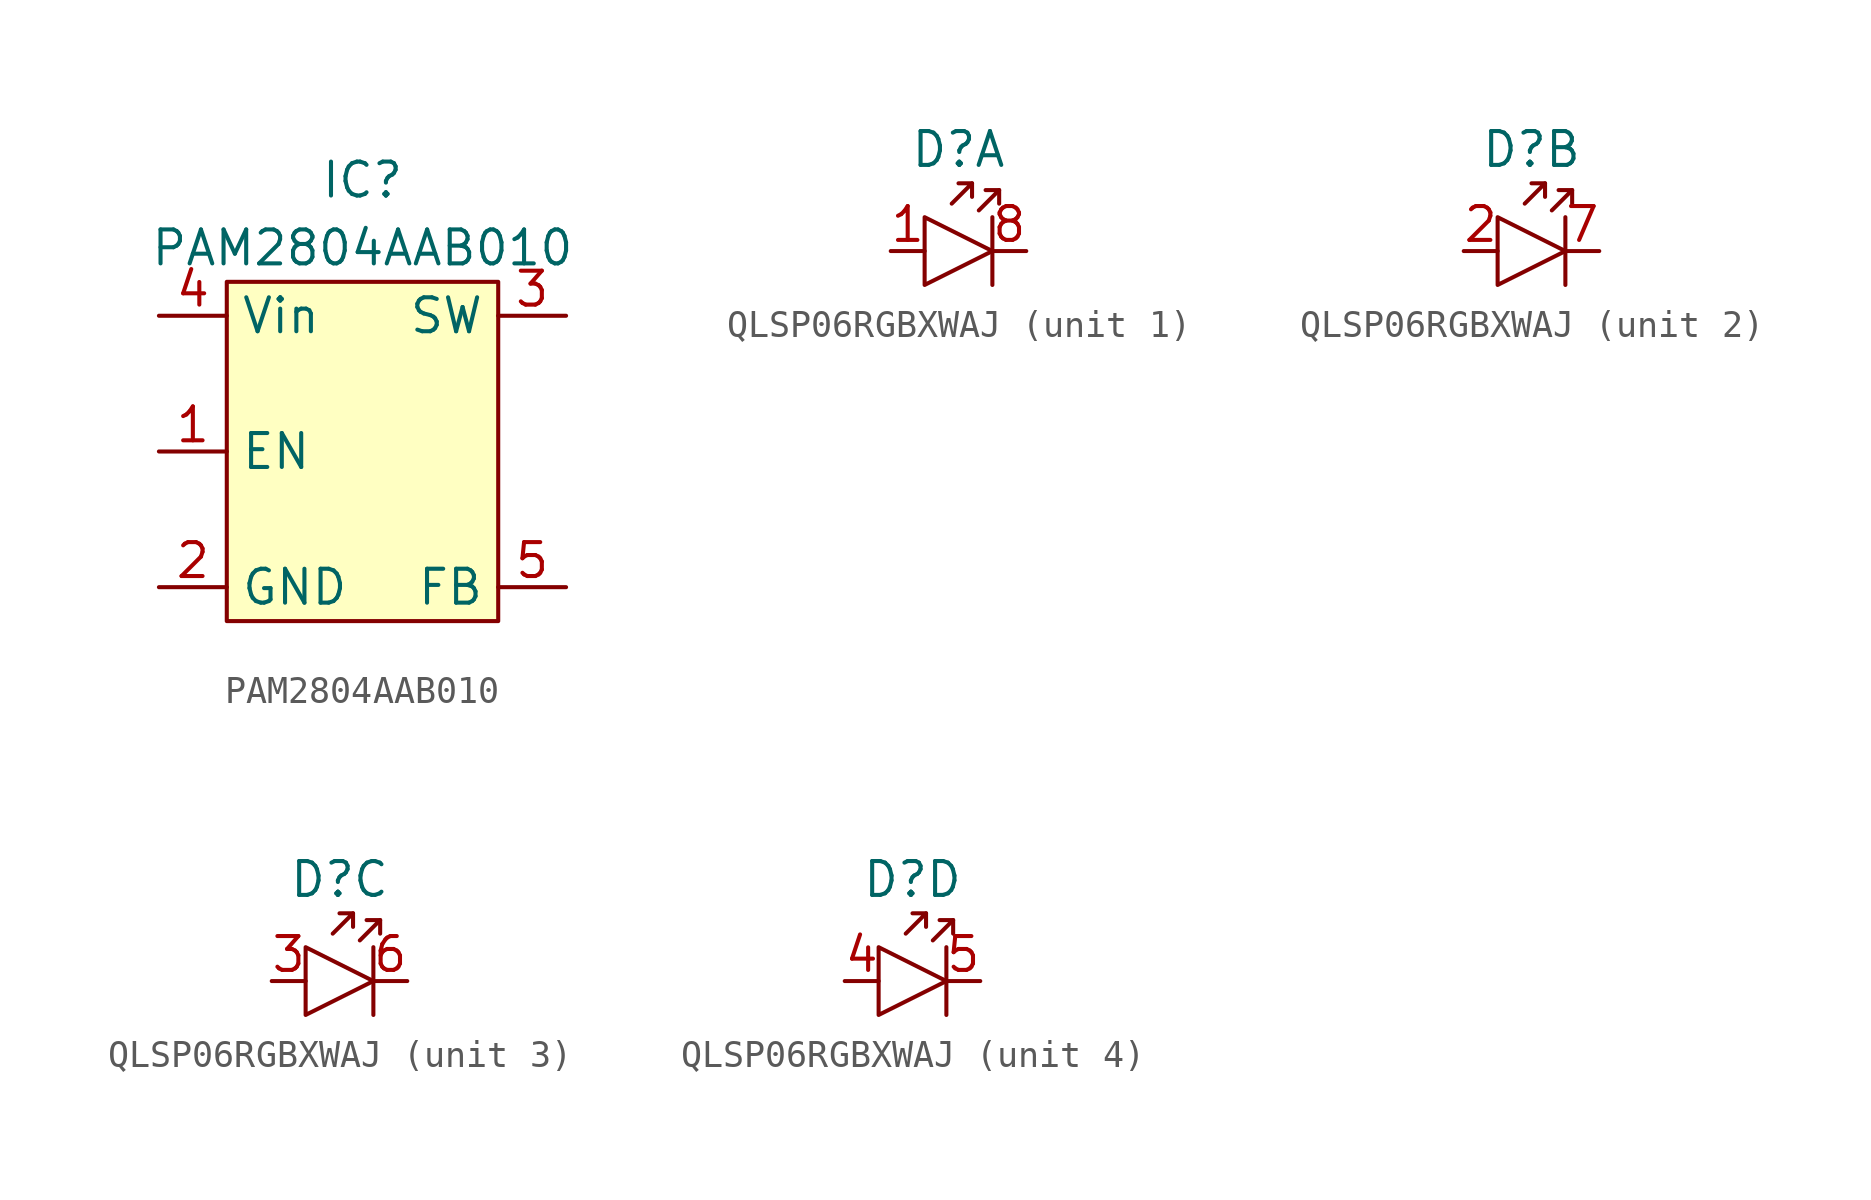
<source format=kicad_sym>
(kicad_symbol_lib
  (version 20211014)
  (generator kicad_symbol_editor)
  (symbol "PAM2804AAB010"
    (property "Reference" "IC"
      (at 0 10.16 0)
      (effects (font (size 1.27 1.27))))
    (property "Value" "PAM2804AAB010"
      (at 0 7.62 0)
      (effects (font (size 1.27 1.27))))
    (symbol "PAM2804AAB010_0_1"
      (rectangle (start -5.08 6.35) (end 5.08 -6.35) (stroke (width 0) (type default) (color 0 0 0 0)) (fill (type background))))
    (symbol "PAM2804AAB010_1_1"
      (pin input line (at -7.62 0 0) (length 2.54) (name "EN" (effects (font (size 1.27 1.27)))) (number "1" (effects (font (size 1.27 1.27)))))
      (pin power_out line (at -7.62 -5.08 0) (length 2.54) (name "GND" (effects (font (size 1.27 1.27)))) (number "2" (effects (font (size 1.27 1.27)))))
      (pin power_out line (at 7.62 5.08 180) (length 2.54) (name "SW" (effects (font (size 1.27 1.27)))) (number "3" (effects (font (size 1.27 1.27)))))
      (pin power_in line (at -7.62 5.08 0) (length 2.54) (name "Vin" (effects (font (size 1.27 1.27)))) (number "4" (effects (font (size 1.27 1.27)))))
      (pin input line (at 7.62 -5.08 180) (length 2.54) (name "FB" (effects (font (size 1.27 1.27)))) (number "5" (effects (font (size 1.27 1.27)))))))
  (symbol "QLSP06RGBXWAJ"
    (pin_names
      (offset 0) hide)
    (property "Reference" "D"
      (at 0 3.81 0)
      (effects (font (size 1.27 1.27))))
    (symbol "QLSP06RGBXWAJ_0_1"
      (polyline (pts (xy 1.27 1.27) (xy 1.27 -1.27)) (stroke (width 0) (type default) (color 0 0 0 0)) (fill (type none)))
      (polyline (pts (xy 1.524 1.778) (xy 1.524 2.286)) (stroke (width 0) (type default) (color 0 0 0 0)) (fill (type none)))
      (polyline (pts (xy 0.762 1.524) (xy 1.524 2.286) (xy 1.016 2.286)) (stroke (width 0) (type default) (color 0 0 0 0)) (fill (type none)))
      (polyline (pts (xy -1.27 1.27) (xy -1.27 -1.27) (xy 1.27 0) (xy -1.27 1.27)) (stroke (width 0) (type default) (color 0 0 0 0)) (fill (type none))))
    (symbol "QLSP06RGBXWAJ_1_1"
      (polyline (pts (xy 0.508 2.032) (xy 0.508 2.54)) (stroke (width 0) (type default) (color 0 0 0 0)) (fill (type none)))
      (polyline (pts (xy -0.254 1.778) (xy 0.508 2.54) (xy 0 2.54)) (stroke (width 0) (type default) (color 0 0 0 0)) (fill (type none)))
      (pin input line (at -2.54 0 0) (length 1.27) (name "A" (effects (font (size 1.27 1.27)))) (number "1" (effects (font (size 1.27 1.27)))))
      (pin output line (at 2.54 0 180) (length 1.27) (name "K" (effects (font (size 1.27 1.27)))) (number "8" (effects (font (size 1.27 1.27))))))
    (symbol "QLSP06RGBXWAJ_2_1"
      (polyline (pts (xy 0.508 2.032) (xy 0.508 2.54)) (stroke (width 0) (type default) (color 0 0 0 0)) (fill (type none)))
      (polyline (pts (xy -0.254 1.778) (xy 0.508 2.54) (xy 0 2.54)) (stroke (width 0) (type default) (color 0 0 0 0)) (fill (type none)))
      (pin input line (at -2.54 0 0) (length 1.27) (name "A" (effects (font (size 1.27 1.27)))) (number "2" (effects (font (size 1.27 1.27)))))
      (pin output line (at 2.54 0 180) (length 1.27) (name "K" (effects (font (size 1.27 1.27)))) (number "7" (effects (font (size 1.27 1.27))))))
    (symbol "QLSP06RGBXWAJ_3_1"
      (polyline (pts (xy 0.508 2.032) (xy 0.508 2.54)) (stroke (width 0) (type default) (color 0 0 0 0)) (fill (type none)))
      (polyline (pts (xy -0.254 1.778) (xy 0.508 2.54) (xy 0 2.54)) (stroke (width 0) (type default) (color 0 0 0 0)) (fill (type none)))
      (pin input line (at -2.54 0 0) (length 1.27) (name "A" (effects (font (size 1.27 1.27)))) (number "3" (effects (font (size 1.27 1.27)))))
      (pin output line (at 2.54 0 180) (length 1.27) (name "K" (effects (font (size 1.27 1.27)))) (number "6" (effects (font (size 1.27 1.27))))))
    (symbol "QLSP06RGBXWAJ_4_1"
      (polyline (pts (xy 0.508 2.032) (xy 0.508 2.54)) (stroke (width 0) (type default) (color 0 0 0 0)) (fill (type none)))
      (polyline (pts (xy -0.254 1.778) (xy 0.508 2.54) (xy 0 2.54)) (stroke (width 0) (type default) (color 0 0 0 0)) (fill (type none)))
      (pin input line (at -2.54 0 0) (length 1.27) (name "A" (effects (font (size 1.27 1.27)))) (number "4" (effects (font (size 1.27 1.27)))))
      (pin output line (at 2.54 0 180) (length 1.27) (name "K" (effects (font (size 1.27 1.27)))) (number "5" (effects (font (size 1.27 1.27))))))))
</source>
